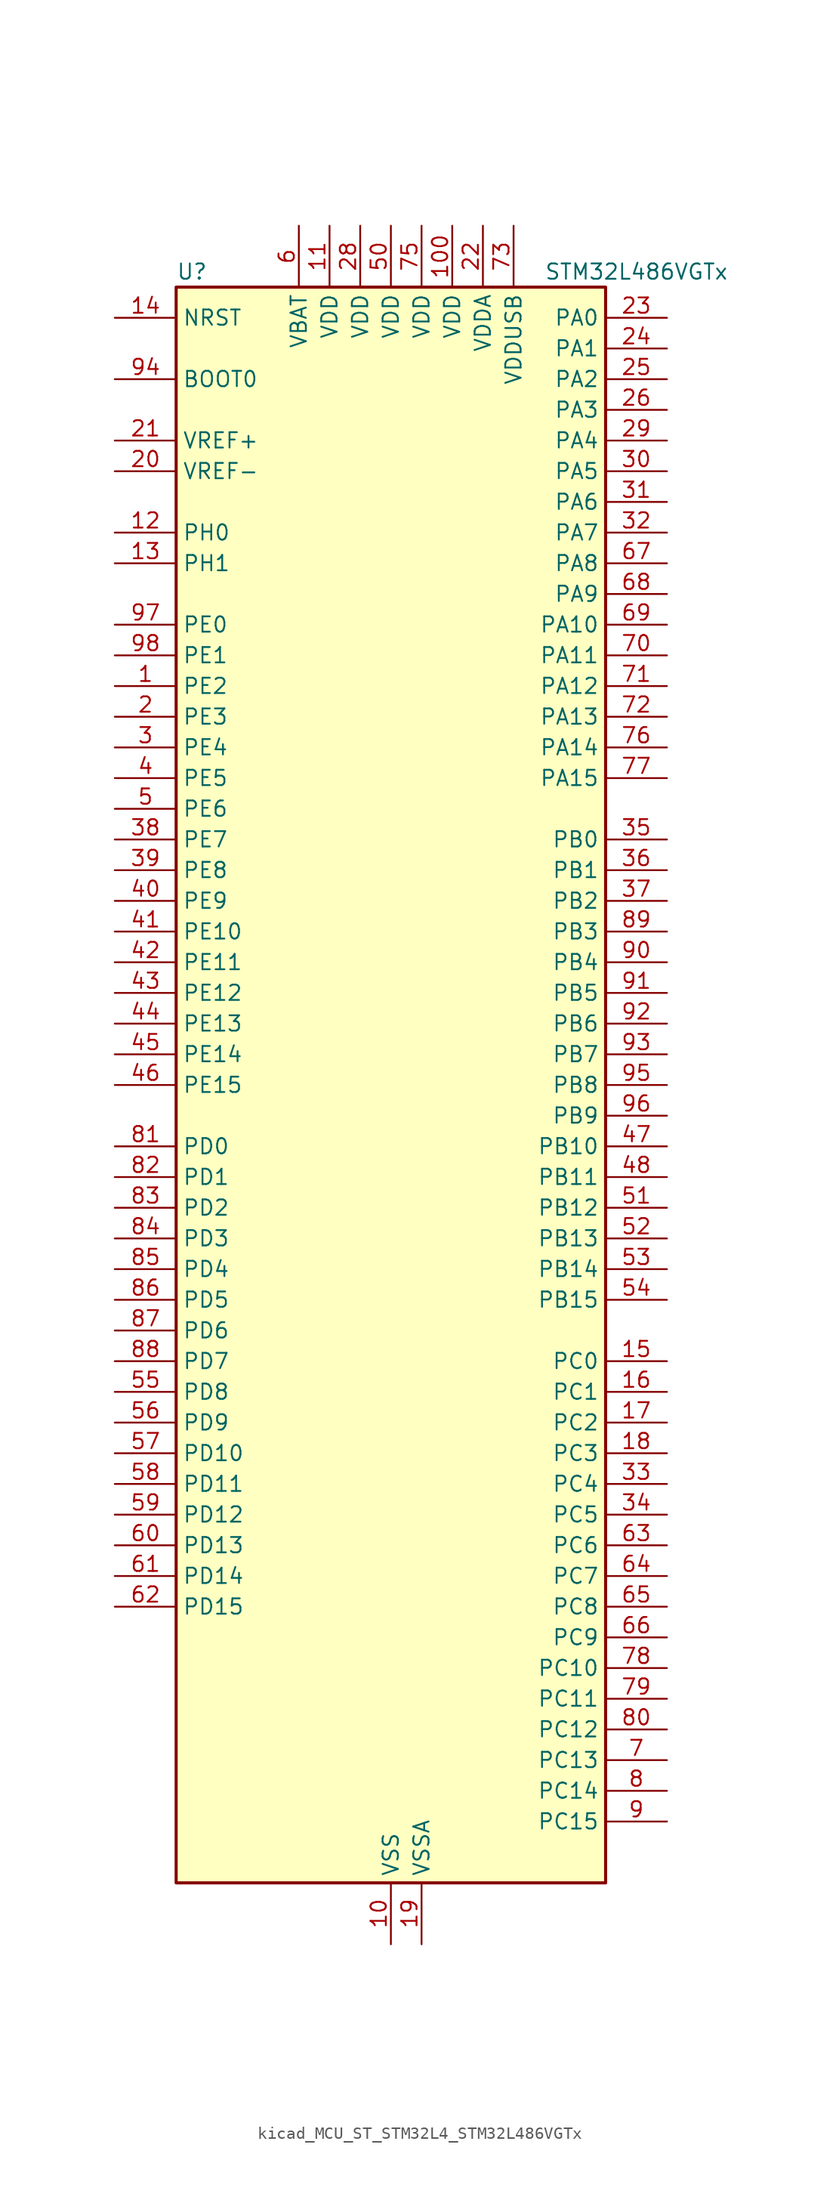
<source format=kicad_sym>
(kicad_symbol_lib
  (version 20220914)
  (generator kicad_symbol_editor)
  (symbol "kicad_MCU_ST_STM32L4_STM32L486VGTx"
    (property "Reference" "U"
      (at -17.78 67.31 0)
      (effects (font (size 1.27 1.27)) (justify left)))
    (property "Value" "STM32L486VGTx"
      (at 12.7 67.31 0)
      (effects (font (size 1.27 1.27)) (justify left)))
    (property "ki_locked" ""
      (at 0 0 0)
      (effects (font (size 1.27 1.27))))
    (symbol "kicad_MCU_ST_STM32L4_STM32L486VGTx_0_1"
      (rectangle (start -17.78 -66.04) (end 17.78 66.04) (stroke (width 0.254) (type default)) (fill (type background))))
    (symbol "kicad_MCU_ST_STM32L4_STM32L486VGTx_1_1"
      (pin bidirectional line (at -22.86 33.02 0) (length 5.08) (name "PE2" (effects (font (size 1.27 1.27)))) (number "1" (effects (font (size 1.27 1.27)))) (alternate "FMC_A23" bidirectional line) (alternate "LCD_SEG38" bidirectional line) (alternate "SAI1_MCLK_A" bidirectional line) (alternate "SYS_TRACECLK" bidirectional line) (alternate "TIM3_ETR" bidirectional line) (alternate "TSC_G7_IO1" bidirectional line))
      (pin power_in line (at 0 -71.12 90) (length 5.08) (name "VSS" (effects (font (size 1.27 1.27)))) (number "10" (effects (font (size 1.27 1.27)))))
      (pin power_in line (at 5.08 71.12 270) (length 5.08) (name "VDD" (effects (font (size 1.27 1.27)))) (number "100" (effects (font (size 1.27 1.27)))))
      (pin power_in line (at -5.08 71.12 270) (length 5.08) (name "VDD" (effects (font (size 1.27 1.27)))) (number "11" (effects (font (size 1.27 1.27)))))
      (pin bidirectional line (at -22.86 45.72 0) (length 5.08) (name "PH0" (effects (font (size 1.27 1.27)))) (number "12" (effects (font (size 1.27 1.27)))) (alternate "RCC_OSC_IN" bidirectional line))
      (pin bidirectional line (at -22.86 43.18 0) (length 5.08) (name "PH1" (effects (font (size 1.27 1.27)))) (number "13" (effects (font (size 1.27 1.27)))) (alternate "RCC_OSC_OUT" bidirectional line))
      (pin input line (at -22.86 63.5 0) (length 5.08) (name "NRST" (effects (font (size 1.27 1.27)))) (number "14" (effects (font (size 1.27 1.27)))))
      (pin bidirectional line (at 22.86 -22.86 180) (length 5.08) (name "PC0" (effects (font (size 1.27 1.27)))) (number "15" (effects (font (size 1.27 1.27)))) (alternate "ADC1_IN1" bidirectional line) (alternate "ADC2_IN1" bidirectional line) (alternate "ADC3_IN1" bidirectional line) (alternate "DFSDM1_DATIN4" bidirectional line) (alternate "I2C3_SCL" bidirectional line) (alternate "LCD_SEG18" bidirectional line) (alternate "LPTIM1_IN1" bidirectional line) (alternate "LPTIM2_IN1" bidirectional line) (alternate "LPUART1_RX" bidirectional line))
      (pin bidirectional line (at 22.86 -25.4 180) (length 5.08) (name "PC1" (effects (font (size 1.27 1.27)))) (number "16" (effects (font (size 1.27 1.27)))) (alternate "ADC1_IN2" bidirectional line) (alternate "ADC2_IN2" bidirectional line) (alternate "ADC3_IN2" bidirectional line) (alternate "DFSDM1_CKIN4" bidirectional line) (alternate "I2C3_SDA" bidirectional line) (alternate "LCD_SEG19" bidirectional line) (alternate "LPTIM1_OUT" bidirectional line) (alternate "LPUART1_TX" bidirectional line))
      (pin bidirectional line (at 22.86 -27.94 180) (length 5.08) (name "PC2" (effects (font (size 1.27 1.27)))) (number "17" (effects (font (size 1.27 1.27)))) (alternate "ADC1_IN3" bidirectional line) (alternate "ADC2_IN3" bidirectional line) (alternate "ADC3_IN3" bidirectional line) (alternate "DFSDM1_CKOUT" bidirectional line) (alternate "LCD_SEG20" bidirectional line) (alternate "LPTIM1_IN2" bidirectional line) (alternate "SPI2_MISO" bidirectional line))
      (pin bidirectional line (at 22.86 -30.48 180) (length 5.08) (name "PC3" (effects (font (size 1.27 1.27)))) (number "18" (effects (font (size 1.27 1.27)))) (alternate "ADC1_IN4" bidirectional line) (alternate "ADC2_IN4" bidirectional line) (alternate "ADC3_IN4" bidirectional line) (alternate "LCD_VLCD" bidirectional line) (alternate "LPTIM1_ETR" bidirectional line) (alternate "LPTIM2_ETR" bidirectional line) (alternate "SAI1_SD_A" bidirectional line) (alternate "SPI2_MOSI" bidirectional line))
      (pin power_in line (at 2.54 -71.12 90) (length 5.08) (name "VSSA" (effects (font (size 1.27 1.27)))) (number "19" (effects (font (size 1.27 1.27)))))
      (pin bidirectional line (at -22.86 30.48 0) (length 5.08) (name "PE3" (effects (font (size 1.27 1.27)))) (number "2" (effects (font (size 1.27 1.27)))) (alternate "FMC_A19" bidirectional line) (alternate "LCD_SEG39" bidirectional line) (alternate "SAI1_SD_B" bidirectional line) (alternate "SYS_TRACED0" bidirectional line) (alternate "TIM3_CH1" bidirectional line) (alternate "TSC_G7_IO2" bidirectional line))
      (pin input line (at -22.86 50.8 0) (length 5.08) (name "VREF-" (effects (font (size 1.27 1.27)))) (number "20" (effects (font (size 1.27 1.27)))))
      (pin input line (at -22.86 53.34 0) (length 5.08) (name "VREF+" (effects (font (size 1.27 1.27)))) (number "21" (effects (font (size 1.27 1.27)))) (alternate "VREFBUF_OUT" bidirectional line))
      (pin power_in line (at 7.62 71.12 270) (length 5.08) (name "VDDA" (effects (font (size 1.27 1.27)))) (number "22" (effects (font (size 1.27 1.27)))))
      (pin bidirectional line (at 22.86 63.5 180) (length 5.08) (name "PA0" (effects (font (size 1.27 1.27)))) (number "23" (effects (font (size 1.27 1.27)))) (alternate "ADC1_IN5" bidirectional line) (alternate "ADC2_IN5" bidirectional line) (alternate "OPAMP1_VINP" bidirectional line) (alternate "RTC_TAMP2" bidirectional line) (alternate "SAI1_EXTCLK" bidirectional line) (alternate "SYS_WKUP1" bidirectional line) (alternate "TIM2_CH1" bidirectional line) (alternate "TIM2_ETR" bidirectional line) (alternate "TIM5_CH1" bidirectional line) (alternate "TIM8_ETR" bidirectional line) (alternate "UART4_TX" bidirectional line) (alternate "USART2_CTS" bidirectional line))
      (pin bidirectional line (at 22.86 60.96 180) (length 5.08) (name "PA1" (effects (font (size 1.27 1.27)))) (number "24" (effects (font (size 1.27 1.27)))) (alternate "ADC1_IN6" bidirectional line) (alternate "ADC2_IN6" bidirectional line) (alternate "LCD_SEG0" bidirectional line) (alternate "OPAMP1_VINM" bidirectional line) (alternate "TIM15_CH1N" bidirectional line) (alternate "TIM2_CH2" bidirectional line) (alternate "TIM5_CH2" bidirectional line) (alternate "UART4_RX" bidirectional line) (alternate "USART2_DE" bidirectional line) (alternate "USART2_RTS" bidirectional line))
      (pin bidirectional line (at 22.86 58.42 180) (length 5.08) (name "PA2" (effects (font (size 1.27 1.27)))) (number "25" (effects (font (size 1.27 1.27)))) (alternate "ADC1_IN7" bidirectional line) (alternate "ADC2_IN7" bidirectional line) (alternate "LCD_SEG1" bidirectional line) (alternate "RCC_LSCO" bidirectional line) (alternate "SAI2_EXTCLK" bidirectional line) (alternate "SYS_WKUP4" bidirectional line) (alternate "TIM15_CH1" bidirectional line) (alternate "TIM2_CH3" bidirectional line) (alternate "TIM5_CH3" bidirectional line) (alternate "USART2_TX" bidirectional line))
      (pin bidirectional line (at 22.86 55.88 180) (length 5.08) (name "PA3" (effects (font (size 1.27 1.27)))) (number "26" (effects (font (size 1.27 1.27)))) (alternate "ADC1_IN8" bidirectional line) (alternate "ADC2_IN8" bidirectional line) (alternate "LCD_SEG2" bidirectional line) (alternate "OPAMP1_VOUT" bidirectional line) (alternate "TIM15_CH2" bidirectional line) (alternate "TIM2_CH4" bidirectional line) (alternate "TIM5_CH4" bidirectional line) (alternate "USART2_RX" bidirectional line))
      (pin passive line (at 0 -71.12 90) (length 5.08) hide (name "VSS" (effects (font (size 1.27 1.27)))) (number "27" (effects (font (size 1.27 1.27)))))
      (pin power_in line (at -2.54 71.12 270) (length 5.08) (name "VDD" (effects (font (size 1.27 1.27)))) (number "28" (effects (font (size 1.27 1.27)))))
      (pin bidirectional line (at 22.86 53.34 180) (length 5.08) (name "PA4" (effects (font (size 1.27 1.27)))) (number "29" (effects (font (size 1.27 1.27)))) (alternate "ADC1_IN9" bidirectional line) (alternate "ADC2_IN9" bidirectional line) (alternate "DAC1_OUT1" bidirectional line) (alternate "LPTIM2_OUT" bidirectional line) (alternate "SAI1_FS_B" bidirectional line) (alternate "SPI1_NSS" bidirectional line) (alternate "SPI3_NSS" bidirectional line) (alternate "USART2_CK" bidirectional line))
      (pin bidirectional line (at -22.86 27.94 0) (length 5.08) (name "PE4" (effects (font (size 1.27 1.27)))) (number "3" (effects (font (size 1.27 1.27)))) (alternate "DFSDM1_DATIN3" bidirectional line) (alternate "FMC_A20" bidirectional line) (alternate "SAI1_FS_A" bidirectional line) (alternate "SYS_TRACED1" bidirectional line) (alternate "TIM3_CH2" bidirectional line) (alternate "TSC_G7_IO3" bidirectional line))
      (pin bidirectional line (at 22.86 50.8 180) (length 5.08) (name "PA5" (effects (font (size 1.27 1.27)))) (number "30" (effects (font (size 1.27 1.27)))) (alternate "ADC1_IN10" bidirectional line) (alternate "ADC2_IN10" bidirectional line) (alternate "DAC1_OUT2" bidirectional line) (alternate "LPTIM2_ETR" bidirectional line) (alternate "SPI1_SCK" bidirectional line) (alternate "TIM2_CH1" bidirectional line) (alternate "TIM2_ETR" bidirectional line) (alternate "TIM8_CH1N" bidirectional line))
      (pin bidirectional line (at 22.86 48.26 180) (length 5.08) (name "PA6" (effects (font (size 1.27 1.27)))) (number "31" (effects (font (size 1.27 1.27)))) (alternate "ADC1_IN11" bidirectional line) (alternate "ADC2_IN11" bidirectional line) (alternate "LCD_SEG3" bidirectional line) (alternate "OPAMP2_VINP" bidirectional line) (alternate "QUADSPI_BK1_IO3" bidirectional line) (alternate "SPI1_MISO" bidirectional line) (alternate "TIM16_CH1" bidirectional line) (alternate "TIM1_BKIN" bidirectional line) (alternate "TIM1_BKIN_COMP2" bidirectional line) (alternate "TIM3_CH1" bidirectional line) (alternate "TIM8_BKIN" bidirectional line) (alternate "TIM8_BKIN_COMP2" bidirectional line) (alternate "USART3_CTS" bidirectional line))
      (pin bidirectional line (at 22.86 45.72 180) (length 5.08) (name "PA7" (effects (font (size 1.27 1.27)))) (number "32" (effects (font (size 1.27 1.27)))) (alternate "ADC1_IN12" bidirectional line) (alternate "ADC2_IN12" bidirectional line) (alternate "LCD_SEG4" bidirectional line) (alternate "OPAMP2_VINM" bidirectional line) (alternate "QUADSPI_BK1_IO2" bidirectional line) (alternate "SPI1_MOSI" bidirectional line) (alternate "TIM17_CH1" bidirectional line) (alternate "TIM1_CH1N" bidirectional line) (alternate "TIM3_CH2" bidirectional line) (alternate "TIM8_CH1N" bidirectional line))
      (pin bidirectional line (at 22.86 -33.02 180) (length 5.08) (name "PC4" (effects (font (size 1.27 1.27)))) (number "33" (effects (font (size 1.27 1.27)))) (alternate "ADC1_IN13" bidirectional line) (alternate "ADC2_IN13" bidirectional line) (alternate "COMP1_INM" bidirectional line) (alternate "LCD_SEG22" bidirectional line) (alternate "USART3_TX" bidirectional line))
      (pin bidirectional line (at 22.86 -35.56 180) (length 5.08) (name "PC5" (effects (font (size 1.27 1.27)))) (number "34" (effects (font (size 1.27 1.27)))) (alternate "ADC1_IN14" bidirectional line) (alternate "ADC2_IN14" bidirectional line) (alternate "COMP1_INP" bidirectional line) (alternate "LCD_SEG23" bidirectional line) (alternate "SYS_WKUP5" bidirectional line) (alternate "USART3_RX" bidirectional line))
      (pin bidirectional line (at 22.86 20.32 180) (length 5.08) (name "PB0" (effects (font (size 1.27 1.27)))) (number "35" (effects (font (size 1.27 1.27)))) (alternate "ADC1_IN15" bidirectional line) (alternate "ADC2_IN15" bidirectional line) (alternate "COMP1_OUT" bidirectional line) (alternate "LCD_SEG5" bidirectional line) (alternate "OPAMP2_VOUT" bidirectional line) (alternate "QUADSPI_BK1_IO1" bidirectional line) (alternate "TIM1_CH2N" bidirectional line) (alternate "TIM3_CH3" bidirectional line) (alternate "TIM8_CH2N" bidirectional line) (alternate "USART3_CK" bidirectional line))
      (pin bidirectional line (at 22.86 17.78 180) (length 5.08) (name "PB1" (effects (font (size 1.27 1.27)))) (number "36" (effects (font (size 1.27 1.27)))) (alternate "ADC1_IN16" bidirectional line) (alternate "ADC2_IN16" bidirectional line) (alternate "COMP1_INM" bidirectional line) (alternate "DFSDM1_DATIN0" bidirectional line) (alternate "LCD_SEG6" bidirectional line) (alternate "LPTIM2_IN1" bidirectional line) (alternate "QUADSPI_BK1_IO0" bidirectional line) (alternate "TIM1_CH3N" bidirectional line) (alternate "TIM3_CH4" bidirectional line) (alternate "TIM8_CH3N" bidirectional line) (alternate "USART3_DE" bidirectional line) (alternate "USART3_RTS" bidirectional line))
      (pin bidirectional line (at 22.86 15.24 180) (length 5.08) (name "PB2" (effects (font (size 1.27 1.27)))) (number "37" (effects (font (size 1.27 1.27)))) (alternate "COMP1_INP" bidirectional line) (alternate "DFSDM1_CKIN0" bidirectional line) (alternate "I2C3_SMBA" bidirectional line) (alternate "LPTIM1_OUT" bidirectional line) (alternate "RTC_OUT_ALARM" bidirectional line) (alternate "RTC_OUT_CALIB" bidirectional line))
      (pin bidirectional line (at -22.86 20.32 0) (length 5.08) (name "PE7" (effects (font (size 1.27 1.27)))) (number "38" (effects (font (size 1.27 1.27)))) (alternate "DFSDM1_DATIN2" bidirectional line) (alternate "FMC_D4" bidirectional line) (alternate "FMC_DA4" bidirectional line) (alternate "SAI1_SD_B" bidirectional line) (alternate "TIM1_ETR" bidirectional line))
      (pin bidirectional line (at -22.86 17.78 0) (length 5.08) (name "PE8" (effects (font (size 1.27 1.27)))) (number "39" (effects (font (size 1.27 1.27)))) (alternate "DFSDM1_CKIN2" bidirectional line) (alternate "FMC_D5" bidirectional line) (alternate "FMC_DA5" bidirectional line) (alternate "SAI1_SCK_B" bidirectional line) (alternate "TIM1_CH1N" bidirectional line))
      (pin bidirectional line (at -22.86 25.4 0) (length 5.08) (name "PE5" (effects (font (size 1.27 1.27)))) (number "4" (effects (font (size 1.27 1.27)))) (alternate "DFSDM1_CKIN3" bidirectional line) (alternate "FMC_A21" bidirectional line) (alternate "SAI1_SCK_A" bidirectional line) (alternate "SYS_TRACED2" bidirectional line) (alternate "TIM3_CH3" bidirectional line) (alternate "TSC_G7_IO4" bidirectional line))
      (pin bidirectional line (at -22.86 15.24 0) (length 5.08) (name "PE9" (effects (font (size 1.27 1.27)))) (number "40" (effects (font (size 1.27 1.27)))) (alternate "DAC1_EXTI9" bidirectional line) (alternate "DFSDM1_CKOUT" bidirectional line) (alternate "FMC_D6" bidirectional line) (alternate "FMC_DA6" bidirectional line) (alternate "SAI1_FS_B" bidirectional line) (alternate "TIM1_CH1" bidirectional line))
      (pin bidirectional line (at -22.86 12.7 0) (length 5.08) (name "PE10" (effects (font (size 1.27 1.27)))) (number "41" (effects (font (size 1.27 1.27)))) (alternate "DFSDM1_DATIN4" bidirectional line) (alternate "FMC_D7" bidirectional line) (alternate "FMC_DA7" bidirectional line) (alternate "QUADSPI_CLK" bidirectional line) (alternate "SAI1_MCLK_B" bidirectional line) (alternate "TIM1_CH2N" bidirectional line) (alternate "TSC_G5_IO1" bidirectional line))
      (pin bidirectional line (at -22.86 10.16 0) (length 5.08) (name "PE11" (effects (font (size 1.27 1.27)))) (number "42" (effects (font (size 1.27 1.27)))) (alternate "ADC1_EXTI11" bidirectional line) (alternate "ADC2_EXTI11" bidirectional line) (alternate "ADC3_EXTI11" bidirectional line) (alternate "DFSDM1_CKIN4" bidirectional line) (alternate "FMC_D8" bidirectional line) (alternate "FMC_DA8" bidirectional line) (alternate "QUADSPI_NCS" bidirectional line) (alternate "TIM1_CH2" bidirectional line) (alternate "TSC_G5_IO2" bidirectional line))
      (pin bidirectional line (at -22.86 7.62 0) (length 5.08) (name "PE12" (effects (font (size 1.27 1.27)))) (number "43" (effects (font (size 1.27 1.27)))) (alternate "DFSDM1_DATIN5" bidirectional line) (alternate "FMC_D9" bidirectional line) (alternate "FMC_DA9" bidirectional line) (alternate "QUADSPI_BK1_IO0" bidirectional line) (alternate "SPI1_NSS" bidirectional line) (alternate "TIM1_CH3N" bidirectional line) (alternate "TSC_G5_IO3" bidirectional line))
      (pin bidirectional line (at -22.86 5.08 0) (length 5.08) (name "PE13" (effects (font (size 1.27 1.27)))) (number "44" (effects (font (size 1.27 1.27)))) (alternate "DFSDM1_CKIN5" bidirectional line) (alternate "FMC_D10" bidirectional line) (alternate "FMC_DA10" bidirectional line) (alternate "QUADSPI_BK1_IO1" bidirectional line) (alternate "SPI1_SCK" bidirectional line) (alternate "TIM1_CH3" bidirectional line) (alternate "TSC_G5_IO4" bidirectional line))
      (pin bidirectional line (at -22.86 2.54 0) (length 5.08) (name "PE14" (effects (font (size 1.27 1.27)))) (number "45" (effects (font (size 1.27 1.27)))) (alternate "FMC_D11" bidirectional line) (alternate "FMC_DA11" bidirectional line) (alternate "QUADSPI_BK1_IO2" bidirectional line) (alternate "SPI1_MISO" bidirectional line) (alternate "TIM1_BKIN2" bidirectional line) (alternate "TIM1_BKIN2_COMP2" bidirectional line) (alternate "TIM1_CH4" bidirectional line))
      (pin bidirectional line (at -22.86 0 0) (length 5.08) (name "PE15" (effects (font (size 1.27 1.27)))) (number "46" (effects (font (size 1.27 1.27)))) (alternate "ADC1_EXTI15" bidirectional line) (alternate "ADC2_EXTI15" bidirectional line) (alternate "ADC3_EXTI15" bidirectional line) (alternate "FMC_D12" bidirectional line) (alternate "FMC_DA12" bidirectional line) (alternate "QUADSPI_BK1_IO3" bidirectional line) (alternate "SPI1_MOSI" bidirectional line) (alternate "TIM1_BKIN" bidirectional line) (alternate "TIM1_BKIN_COMP1" bidirectional line))
      (pin bidirectional line (at 22.86 -5.08 180) (length 5.08) (name "PB10" (effects (font (size 1.27 1.27)))) (number "47" (effects (font (size 1.27 1.27)))) (alternate "COMP1_OUT" bidirectional line) (alternate "DFSDM1_DATIN7" bidirectional line) (alternate "I2C2_SCL" bidirectional line) (alternate "LCD_SEG10" bidirectional line) (alternate "LPUART1_RX" bidirectional line) (alternate "QUADSPI_CLK" bidirectional line) (alternate "SAI1_SCK_A" bidirectional line) (alternate "SPI2_SCK" bidirectional line) (alternate "TIM2_CH3" bidirectional line) (alternate "USART3_TX" bidirectional line))
      (pin bidirectional line (at 22.86 -7.62 180) (length 5.08) (name "PB11" (effects (font (size 1.27 1.27)))) (number "48" (effects (font (size 1.27 1.27)))) (alternate "ADC1_EXTI11" bidirectional line) (alternate "ADC2_EXTI11" bidirectional line) (alternate "ADC3_EXTI11" bidirectional line) (alternate "COMP2_OUT" bidirectional line) (alternate "DFSDM1_CKIN7" bidirectional line) (alternate "I2C2_SDA" bidirectional line) (alternate "LCD_SEG11" bidirectional line) (alternate "LPUART1_TX" bidirectional line) (alternate "QUADSPI_NCS" bidirectional line) (alternate "TIM2_CH4" bidirectional line) (alternate "USART3_RX" bidirectional line))
      (pin passive line (at 0 -71.12 90) (length 5.08) hide (name "VSS" (effects (font (size 1.27 1.27)))) (number "49" (effects (font (size 1.27 1.27)))))
      (pin bidirectional line (at -22.86 22.86 0) (length 5.08) (name "PE6" (effects (font (size 1.27 1.27)))) (number "5" (effects (font (size 1.27 1.27)))) (alternate "FMC_A22" bidirectional line) (alternate "RTC_TAMP3" bidirectional line) (alternate "SAI1_SD_A" bidirectional line) (alternate "SYS_TRACED3" bidirectional line) (alternate "SYS_WKUP3" bidirectional line) (alternate "TIM3_CH4" bidirectional line))
      (pin power_in line (at 0 71.12 270) (length 5.08) (name "VDD" (effects (font (size 1.27 1.27)))) (number "50" (effects (font (size 1.27 1.27)))))
      (pin bidirectional line (at 22.86 -10.16 180) (length 5.08) (name "PB12" (effects (font (size 1.27 1.27)))) (number "51" (effects (font (size 1.27 1.27)))) (alternate "DFSDM1_DATIN1" bidirectional line) (alternate "I2C2_SMBA" bidirectional line) (alternate "LCD_SEG12" bidirectional line) (alternate "LPUART1_DE" bidirectional line) (alternate "LPUART1_RTS" bidirectional line) (alternate "SAI2_FS_A" bidirectional line) (alternate "SPI2_NSS" bidirectional line) (alternate "SWPMI1_IO" bidirectional line) (alternate "TIM15_BKIN" bidirectional line) (alternate "TIM1_BKIN" bidirectional line) (alternate "TIM1_BKIN_COMP2" bidirectional line) (alternate "TSC_G1_IO1" bidirectional line) (alternate "USART3_CK" bidirectional line))
      (pin bidirectional line (at 22.86 -12.7 180) (length 5.08) (name "PB13" (effects (font (size 1.27 1.27)))) (number "52" (effects (font (size 1.27 1.27)))) (alternate "DFSDM1_CKIN1" bidirectional line) (alternate "I2C2_SCL" bidirectional line) (alternate "LCD_SEG13" bidirectional line) (alternate "LPUART1_CTS" bidirectional line) (alternate "SAI2_SCK_A" bidirectional line) (alternate "SPI2_SCK" bidirectional line) (alternate "SWPMI1_TX" bidirectional line) (alternate "TIM15_CH1N" bidirectional line) (alternate "TIM1_CH1N" bidirectional line) (alternate "TSC_G1_IO2" bidirectional line) (alternate "USART3_CTS" bidirectional line))
      (pin bidirectional line (at 22.86 -15.24 180) (length 5.08) (name "PB14" (effects (font (size 1.27 1.27)))) (number "53" (effects (font (size 1.27 1.27)))) (alternate "DFSDM1_DATIN2" bidirectional line) (alternate "I2C2_SDA" bidirectional line) (alternate "LCD_SEG14" bidirectional line) (alternate "SAI2_MCLK_A" bidirectional line) (alternate "SPI2_MISO" bidirectional line) (alternate "SWPMI1_RX" bidirectional line) (alternate "TIM15_CH1" bidirectional line) (alternate "TIM1_CH2N" bidirectional line) (alternate "TIM8_CH2N" bidirectional line) (alternate "TSC_G1_IO3" bidirectional line) (alternate "USART3_DE" bidirectional line) (alternate "USART3_RTS" bidirectional line))
      (pin bidirectional line (at 22.86 -17.78 180) (length 5.08) (name "PB15" (effects (font (size 1.27 1.27)))) (number "54" (effects (font (size 1.27 1.27)))) (alternate "ADC1_EXTI15" bidirectional line) (alternate "ADC2_EXTI15" bidirectional line) (alternate "ADC3_EXTI15" bidirectional line) (alternate "DFSDM1_CKIN2" bidirectional line) (alternate "LCD_SEG15" bidirectional line) (alternate "RTC_REFIN" bidirectional line) (alternate "SAI2_SD_A" bidirectional line) (alternate "SPI2_MOSI" bidirectional line) (alternate "SWPMI1_SUSPEND" bidirectional line) (alternate "TIM15_CH2" bidirectional line) (alternate "TIM1_CH3N" bidirectional line) (alternate "TIM8_CH3N" bidirectional line) (alternate "TSC_G1_IO4" bidirectional line))
      (pin bidirectional line (at -22.86 -25.4 0) (length 5.08) (name "PD8" (effects (font (size 1.27 1.27)))) (number "55" (effects (font (size 1.27 1.27)))) (alternate "FMC_D13" bidirectional line) (alternate "FMC_DA13" bidirectional line) (alternate "LCD_SEG28" bidirectional line) (alternate "USART3_TX" bidirectional line))
      (pin bidirectional line (at -22.86 -27.94 0) (length 5.08) (name "PD9" (effects (font (size 1.27 1.27)))) (number "56" (effects (font (size 1.27 1.27)))) (alternate "DAC1_EXTI9" bidirectional line) (alternate "FMC_D14" bidirectional line) (alternate "FMC_DA14" bidirectional line) (alternate "LCD_SEG29" bidirectional line) (alternate "SAI2_MCLK_A" bidirectional line) (alternate "USART3_RX" bidirectional line))
      (pin bidirectional line (at -22.86 -30.48 0) (length 5.08) (name "PD10" (effects (font (size 1.27 1.27)))) (number "57" (effects (font (size 1.27 1.27)))) (alternate "FMC_D15" bidirectional line) (alternate "FMC_DA15" bidirectional line) (alternate "LCD_SEG30" bidirectional line) (alternate "SAI2_SCK_A" bidirectional line) (alternate "TSC_G6_IO1" bidirectional line) (alternate "USART3_CK" bidirectional line))
      (pin bidirectional line (at -22.86 -33.02 0) (length 5.08) (name "PD11" (effects (font (size 1.27 1.27)))) (number "58" (effects (font (size 1.27 1.27)))) (alternate "ADC1_EXTI11" bidirectional line) (alternate "ADC2_EXTI11" bidirectional line) (alternate "ADC3_EXTI11" bidirectional line) (alternate "FMC_A16" bidirectional line) (alternate "FMC_CLE" bidirectional line) (alternate "LCD_SEG31" bidirectional line) (alternate "LPTIM2_ETR" bidirectional line) (alternate "SAI2_SD_A" bidirectional line) (alternate "TSC_G6_IO2" bidirectional line) (alternate "USART3_CTS" bidirectional line))
      (pin bidirectional line (at -22.86 -35.56 0) (length 5.08) (name "PD12" (effects (font (size 1.27 1.27)))) (number "59" (effects (font (size 1.27 1.27)))) (alternate "FMC_A17" bidirectional line) (alternate "FMC_ALE" bidirectional line) (alternate "LCD_SEG32" bidirectional line) (alternate "LPTIM2_IN1" bidirectional line) (alternate "SAI2_FS_A" bidirectional line) (alternate "TIM4_CH1" bidirectional line) (alternate "TSC_G6_IO3" bidirectional line) (alternate "USART3_DE" bidirectional line) (alternate "USART3_RTS" bidirectional line))
      (pin power_in line (at -7.62 71.12 270) (length 5.08) (name "VBAT" (effects (font (size 1.27 1.27)))) (number "6" (effects (font (size 1.27 1.27)))))
      (pin bidirectional line (at -22.86 -38.1 0) (length 5.08) (name "PD13" (effects (font (size 1.27 1.27)))) (number "60" (effects (font (size 1.27 1.27)))) (alternate "FMC_A18" bidirectional line) (alternate "LCD_SEG33" bidirectional line) (alternate "LPTIM2_OUT" bidirectional line) (alternate "TIM4_CH2" bidirectional line) (alternate "TSC_G6_IO4" bidirectional line))
      (pin bidirectional line (at -22.86 -40.64 0) (length 5.08) (name "PD14" (effects (font (size 1.27 1.27)))) (number "61" (effects (font (size 1.27 1.27)))) (alternate "FMC_D0" bidirectional line) (alternate "FMC_DA0" bidirectional line) (alternate "LCD_SEG34" bidirectional line) (alternate "TIM4_CH3" bidirectional line))
      (pin bidirectional line (at -22.86 -43.18 0) (length 5.08) (name "PD15" (effects (font (size 1.27 1.27)))) (number "62" (effects (font (size 1.27 1.27)))) (alternate "ADC1_EXTI15" bidirectional line) (alternate "ADC2_EXTI15" bidirectional line) (alternate "ADC3_EXTI15" bidirectional line) (alternate "FMC_D1" bidirectional line) (alternate "FMC_DA1" bidirectional line) (alternate "LCD_SEG35" bidirectional line) (alternate "TIM4_CH4" bidirectional line))
      (pin bidirectional line (at 22.86 -38.1 180) (length 5.08) (name "PC6" (effects (font (size 1.27 1.27)))) (number "63" (effects (font (size 1.27 1.27)))) (alternate "DFSDM1_CKIN3" bidirectional line) (alternate "LCD_SEG24" bidirectional line) (alternate "SAI2_MCLK_A" bidirectional line) (alternate "SDMMC1_D6" bidirectional line) (alternate "TIM3_CH1" bidirectional line) (alternate "TIM8_CH1" bidirectional line) (alternate "TSC_G4_IO1" bidirectional line))
      (pin bidirectional line (at 22.86 -40.64 180) (length 5.08) (name "PC7" (effects (font (size 1.27 1.27)))) (number "64" (effects (font (size 1.27 1.27)))) (alternate "DFSDM1_DATIN3" bidirectional line) (alternate "LCD_SEG25" bidirectional line) (alternate "SAI2_MCLK_B" bidirectional line) (alternate "SDMMC1_D7" bidirectional line) (alternate "TIM3_CH2" bidirectional line) (alternate "TIM8_CH2" bidirectional line) (alternate "TSC_G4_IO2" bidirectional line))
      (pin bidirectional line (at 22.86 -43.18 180) (length 5.08) (name "PC8" (effects (font (size 1.27 1.27)))) (number "65" (effects (font (size 1.27 1.27)))) (alternate "LCD_SEG26" bidirectional line) (alternate "SDMMC1_D0" bidirectional line) (alternate "TIM3_CH3" bidirectional line) (alternate "TIM8_CH3" bidirectional line) (alternate "TSC_G4_IO3" bidirectional line))
      (pin bidirectional line (at 22.86 -45.72 180) (length 5.08) (name "PC9" (effects (font (size 1.27 1.27)))) (number "66" (effects (font (size 1.27 1.27)))) (alternate "DAC1_EXTI9" bidirectional line) (alternate "LCD_SEG27" bidirectional line) (alternate "SAI2_EXTCLK" bidirectional line) (alternate "SDMMC1_D1" bidirectional line) (alternate "TIM3_CH4" bidirectional line) (alternate "TIM8_BKIN2" bidirectional line) (alternate "TIM8_BKIN2_COMP1" bidirectional line) (alternate "TIM8_CH4" bidirectional line) (alternate "TSC_G4_IO4" bidirectional line) (alternate "USB_OTG_FS_NOE" bidirectional line))
      (pin bidirectional line (at 22.86 43.18 180) (length 5.08) (name "PA8" (effects (font (size 1.27 1.27)))) (number "67" (effects (font (size 1.27 1.27)))) (alternate "LCD_COM0" bidirectional line) (alternate "LPTIM2_OUT" bidirectional line) (alternate "RCC_MCO" bidirectional line) (alternate "TIM1_CH1" bidirectional line) (alternate "USART1_CK" bidirectional line) (alternate "USB_OTG_FS_SOF" bidirectional line))
      (pin bidirectional line (at 22.86 40.64 180) (length 5.08) (name "PA9" (effects (font (size 1.27 1.27)))) (number "68" (effects (font (size 1.27 1.27)))) (alternate "DAC1_EXTI9" bidirectional line) (alternate "LCD_COM1" bidirectional line) (alternate "TIM15_BKIN" bidirectional line) (alternate "TIM1_CH2" bidirectional line) (alternate "USART1_TX" bidirectional line) (alternate "USB_OTG_FS_VBUS" bidirectional line))
      (pin bidirectional line (at 22.86 38.1 180) (length 5.08) (name "PA10" (effects (font (size 1.27 1.27)))) (number "69" (effects (font (size 1.27 1.27)))) (alternate "LCD_COM2" bidirectional line) (alternate "TIM17_BKIN" bidirectional line) (alternate "TIM1_CH3" bidirectional line) (alternate "USART1_RX" bidirectional line) (alternate "USB_OTG_FS_ID" bidirectional line))
      (pin bidirectional line (at 22.86 -55.88 180) (length 5.08) (name "PC13" (effects (font (size 1.27 1.27)))) (number "7" (effects (font (size 1.27 1.27)))) (alternate "RTC_OUT_ALARM" bidirectional line) (alternate "RTC_OUT_CALIB" bidirectional line) (alternate "RTC_TAMP1" bidirectional line) (alternate "RTC_TS" bidirectional line) (alternate "SYS_WKUP2" bidirectional line))
      (pin bidirectional line (at 22.86 35.56 180) (length 5.08) (name "PA11" (effects (font (size 1.27 1.27)))) (number "70" (effects (font (size 1.27 1.27)))) (alternate "ADC1_EXTI11" bidirectional line) (alternate "ADC2_EXTI11" bidirectional line) (alternate "ADC3_EXTI11" bidirectional line) (alternate "CAN1_RX" bidirectional line) (alternate "TIM1_BKIN2" bidirectional line) (alternate "TIM1_BKIN2_COMP1" bidirectional line) (alternate "TIM1_CH4" bidirectional line) (alternate "USART1_CTS" bidirectional line) (alternate "USB_OTG_FS_DM" bidirectional line))
      (pin bidirectional line (at 22.86 33.02 180) (length 5.08) (name "PA12" (effects (font (size 1.27 1.27)))) (number "71" (effects (font (size 1.27 1.27)))) (alternate "CAN1_TX" bidirectional line) (alternate "TIM1_ETR" bidirectional line) (alternate "USART1_DE" bidirectional line) (alternate "USART1_RTS" bidirectional line) (alternate "USB_OTG_FS_DP" bidirectional line))
      (pin bidirectional line (at 22.86 30.48 180) (length 5.08) (name "PA13" (effects (font (size 1.27 1.27)))) (number "72" (effects (font (size 1.27 1.27)))) (alternate "IR_OUT" bidirectional line) (alternate "SYS_JTMS-SWDIO" bidirectional line) (alternate "USB_OTG_FS_NOE" bidirectional line))
      (pin power_in line (at 10.16 71.12 270) (length 5.08) (name "VDDUSB" (effects (font (size 1.27 1.27)))) (number "73" (effects (font (size 1.27 1.27)))))
      (pin passive line (at 0 -71.12 90) (length 5.08) hide (name "VSS" (effects (font (size 1.27 1.27)))) (number "74" (effects (font (size 1.27 1.27)))))
      (pin power_in line (at 2.54 71.12 270) (length 5.08) (name "VDD" (effects (font (size 1.27 1.27)))) (number "75" (effects (font (size 1.27 1.27)))))
      (pin bidirectional line (at 22.86 27.94 180) (length 5.08) (name "PA14" (effects (font (size 1.27 1.27)))) (number "76" (effects (font (size 1.27 1.27)))) (alternate "SYS_JTCK-SWCLK" bidirectional line))
      (pin bidirectional line (at 22.86 25.4 180) (length 5.08) (name "PA15" (effects (font (size 1.27 1.27)))) (number "77" (effects (font (size 1.27 1.27)))) (alternate "ADC1_EXTI15" bidirectional line) (alternate "ADC2_EXTI15" bidirectional line) (alternate "ADC3_EXTI15" bidirectional line) (alternate "LCD_SEG17" bidirectional line) (alternate "SAI2_FS_B" bidirectional line) (alternate "SPI1_NSS" bidirectional line) (alternate "SPI3_NSS" bidirectional line) (alternate "SYS_JTDI" bidirectional line) (alternate "TIM2_CH1" bidirectional line) (alternate "TIM2_ETR" bidirectional line) (alternate "TSC_G3_IO1" bidirectional line) (alternate "UART4_DE" bidirectional line) (alternate "UART4_RTS" bidirectional line))
      (pin bidirectional line (at 22.86 -48.26 180) (length 5.08) (name "PC10" (effects (font (size 1.27 1.27)))) (number "78" (effects (font (size 1.27 1.27)))) (alternate "LCD_COM4" bidirectional line) (alternate "LCD_SEG28" bidirectional line) (alternate "LCD_SEG40" bidirectional line) (alternate "SAI2_SCK_B" bidirectional line) (alternate "SDMMC1_D2" bidirectional line) (alternate "SPI3_SCK" bidirectional line) (alternate "TSC_G3_IO2" bidirectional line) (alternate "UART4_TX" bidirectional line) (alternate "USART3_TX" bidirectional line))
      (pin bidirectional line (at 22.86 -50.8 180) (length 5.08) (name "PC11" (effects (font (size 1.27 1.27)))) (number "79" (effects (font (size 1.27 1.27)))) (alternate "ADC1_EXTI11" bidirectional line) (alternate "ADC2_EXTI11" bidirectional line) (alternate "ADC3_EXTI11" bidirectional line) (alternate "LCD_COM5" bidirectional line) (alternate "LCD_SEG29" bidirectional line) (alternate "LCD_SEG41" bidirectional line) (alternate "SAI2_MCLK_B" bidirectional line) (alternate "SDMMC1_D3" bidirectional line) (alternate "SPI3_MISO" bidirectional line) (alternate "TSC_G3_IO3" bidirectional line) (alternate "UART4_RX" bidirectional line) (alternate "USART3_RX" bidirectional line))
      (pin bidirectional line (at 22.86 -58.42 180) (length 5.08) (name "PC14" (effects (font (size 1.27 1.27)))) (number "8" (effects (font (size 1.27 1.27)))) (alternate "RCC_OSC32_IN" bidirectional line))
      (pin bidirectional line (at 22.86 -53.34 180) (length 5.08) (name "PC12" (effects (font (size 1.27 1.27)))) (number "80" (effects (font (size 1.27 1.27)))) (alternate "LCD_COM6" bidirectional line) (alternate "LCD_SEG30" bidirectional line) (alternate "LCD_SEG42" bidirectional line) (alternate "SAI2_SD_B" bidirectional line) (alternate "SDMMC1_CK" bidirectional line) (alternate "SPI3_MOSI" bidirectional line) (alternate "TSC_G3_IO4" bidirectional line) (alternate "UART5_TX" bidirectional line) (alternate "USART3_CK" bidirectional line))
      (pin bidirectional line (at -22.86 -5.08 0) (length 5.08) (name "PD0" (effects (font (size 1.27 1.27)))) (number "81" (effects (font (size 1.27 1.27)))) (alternate "CAN1_RX" bidirectional line) (alternate "DFSDM1_DATIN7" bidirectional line) (alternate "FMC_D2" bidirectional line) (alternate "FMC_DA2" bidirectional line) (alternate "SPI2_NSS" bidirectional line))
      (pin bidirectional line (at -22.86 -7.62 0) (length 5.08) (name "PD1" (effects (font (size 1.27 1.27)))) (number "82" (effects (font (size 1.27 1.27)))) (alternate "CAN1_TX" bidirectional line) (alternate "DFSDM1_CKIN7" bidirectional line) (alternate "FMC_D3" bidirectional line) (alternate "FMC_DA3" bidirectional line) (alternate "SPI2_SCK" bidirectional line))
      (pin bidirectional line (at -22.86 -10.16 0) (length 5.08) (name "PD2" (effects (font (size 1.27 1.27)))) (number "83" (effects (font (size 1.27 1.27)))) (alternate "LCD_COM7" bidirectional line) (alternate "LCD_SEG31" bidirectional line) (alternate "LCD_SEG43" bidirectional line) (alternate "SDMMC1_CMD" bidirectional line) (alternate "TIM3_ETR" bidirectional line) (alternate "TSC_SYNC" bidirectional line) (alternate "UART5_RX" bidirectional line) (alternate "USART3_DE" bidirectional line) (alternate "USART3_RTS" bidirectional line))
      (pin bidirectional line (at -22.86 -12.7 0) (length 5.08) (name "PD3" (effects (font (size 1.27 1.27)))) (number "84" (effects (font (size 1.27 1.27)))) (alternate "DFSDM1_DATIN0" bidirectional line) (alternate "FMC_CLK" bidirectional line) (alternate "SPI2_MISO" bidirectional line) (alternate "USART2_CTS" bidirectional line))
      (pin bidirectional line (at -22.86 -15.24 0) (length 5.08) (name "PD4" (effects (font (size 1.27 1.27)))) (number "85" (effects (font (size 1.27 1.27)))) (alternate "DFSDM1_CKIN0" bidirectional line) (alternate "FMC_NOE" bidirectional line) (alternate "SPI2_MOSI" bidirectional line) (alternate "USART2_DE" bidirectional line) (alternate "USART2_RTS" bidirectional line))
      (pin bidirectional line (at -22.86 -17.78 0) (length 5.08) (name "PD5" (effects (font (size 1.27 1.27)))) (number "86" (effects (font (size 1.27 1.27)))) (alternate "FMC_NWE" bidirectional line) (alternate "USART2_TX" bidirectional line))
      (pin bidirectional line (at -22.86 -20.32 0) (length 5.08) (name "PD6" (effects (font (size 1.27 1.27)))) (number "87" (effects (font (size 1.27 1.27)))) (alternate "DFSDM1_DATIN1" bidirectional line) (alternate "FMC_NWAIT" bidirectional line) (alternate "SAI1_SD_A" bidirectional line) (alternate "USART2_RX" bidirectional line))
      (pin bidirectional line (at -22.86 -22.86 0) (length 5.08) (name "PD7" (effects (font (size 1.27 1.27)))) (number "88" (effects (font (size 1.27 1.27)))) (alternate "DFSDM1_CKIN1" bidirectional line) (alternate "FMC_NE1" bidirectional line) (alternate "USART2_CK" bidirectional line))
      (pin bidirectional line (at 22.86 12.7 180) (length 5.08) (name "PB3" (effects (font (size 1.27 1.27)))) (number "89" (effects (font (size 1.27 1.27)))) (alternate "COMP2_INM" bidirectional line) (alternate "LCD_SEG7" bidirectional line) (alternate "SAI1_SCK_B" bidirectional line) (alternate "SPI1_SCK" bidirectional line) (alternate "SPI3_SCK" bidirectional line) (alternate "SYS_JTDO-SWO" bidirectional line) (alternate "TIM2_CH2" bidirectional line) (alternate "USART1_DE" bidirectional line) (alternate "USART1_RTS" bidirectional line))
      (pin bidirectional line (at 22.86 -60.96 180) (length 5.08) (name "PC15" (effects (font (size 1.27 1.27)))) (number "9" (effects (font (size 1.27 1.27)))) (alternate "ADC1_EXTI15" bidirectional line) (alternate "ADC2_EXTI15" bidirectional line) (alternate "ADC3_EXTI15" bidirectional line) (alternate "RCC_OSC32_OUT" bidirectional line))
      (pin bidirectional line (at 22.86 10.16 180) (length 5.08) (name "PB4" (effects (font (size 1.27 1.27)))) (number "90" (effects (font (size 1.27 1.27)))) (alternate "COMP2_INP" bidirectional line) (alternate "LCD_SEG8" bidirectional line) (alternate "SAI1_MCLK_B" bidirectional line) (alternate "SPI1_MISO" bidirectional line) (alternate "SPI3_MISO" bidirectional line) (alternate "SYS_JTRST" bidirectional line) (alternate "TIM17_BKIN" bidirectional line) (alternate "TIM3_CH1" bidirectional line) (alternate "TSC_G2_IO1" bidirectional line) (alternate "UART5_DE" bidirectional line) (alternate "UART5_RTS" bidirectional line) (alternate "USART1_CTS" bidirectional line))
      (pin bidirectional line (at 22.86 7.62 180) (length 5.08) (name "PB5" (effects (font (size 1.27 1.27)))) (number "91" (effects (font (size 1.27 1.27)))) (alternate "COMP2_OUT" bidirectional line) (alternate "I2C1_SMBA" bidirectional line) (alternate "LCD_SEG9" bidirectional line) (alternate "LPTIM1_IN1" bidirectional line) (alternate "SAI1_SD_B" bidirectional line) (alternate "SPI1_MOSI" bidirectional line) (alternate "SPI3_MOSI" bidirectional line) (alternate "TIM16_BKIN" bidirectional line) (alternate "TIM3_CH2" bidirectional line) (alternate "TSC_G2_IO2" bidirectional line) (alternate "UART5_CTS" bidirectional line) (alternate "USART1_CK" bidirectional line))
      (pin bidirectional line (at 22.86 5.08 180) (length 5.08) (name "PB6" (effects (font (size 1.27 1.27)))) (number "92" (effects (font (size 1.27 1.27)))) (alternate "COMP2_INP" bidirectional line) (alternate "DFSDM1_DATIN5" bidirectional line) (alternate "I2C1_SCL" bidirectional line) (alternate "LPTIM1_ETR" bidirectional line) (alternate "SAI1_FS_B" bidirectional line) (alternate "TIM16_CH1N" bidirectional line) (alternate "TIM4_CH1" bidirectional line) (alternate "TIM8_BKIN2" bidirectional line) (alternate "TIM8_BKIN2_COMP2" bidirectional line) (alternate "TSC_G2_IO3" bidirectional line) (alternate "USART1_TX" bidirectional line))
      (pin bidirectional line (at 22.86 2.54 180) (length 5.08) (name "PB7" (effects (font (size 1.27 1.27)))) (number "93" (effects (font (size 1.27 1.27)))) (alternate "COMP2_INM" bidirectional line) (alternate "DFSDM1_CKIN5" bidirectional line) (alternate "FMC_NL" bidirectional line) (alternate "I2C1_SDA" bidirectional line) (alternate "LCD_SEG21" bidirectional line) (alternate "LPTIM1_IN2" bidirectional line) (alternate "SYS_PVD_IN" bidirectional line) (alternate "TIM17_CH1N" bidirectional line) (alternate "TIM4_CH2" bidirectional line) (alternate "TIM8_BKIN" bidirectional line) (alternate "TIM8_BKIN_COMP1" bidirectional line) (alternate "TSC_G2_IO4" bidirectional line) (alternate "UART4_CTS" bidirectional line) (alternate "USART1_RX" bidirectional line))
      (pin input line (at -22.86 58.42 0) (length 5.08) (name "BOOT0" (effects (font (size 1.27 1.27)))) (number "94" (effects (font (size 1.27 1.27)))))
      (pin bidirectional line (at 22.86 0 180) (length 5.08) (name "PB8" (effects (font (size 1.27 1.27)))) (number "95" (effects (font (size 1.27 1.27)))) (alternate "CAN1_RX" bidirectional line) (alternate "DFSDM1_DATIN6" bidirectional line) (alternate "I2C1_SCL" bidirectional line) (alternate "LCD_SEG16" bidirectional line) (alternate "SAI1_MCLK_A" bidirectional line) (alternate "SDMMC1_D4" bidirectional line) (alternate "TIM16_CH1" bidirectional line) (alternate "TIM4_CH3" bidirectional line))
      (pin bidirectional line (at 22.86 -2.54 180) (length 5.08) (name "PB9" (effects (font (size 1.27 1.27)))) (number "96" (effects (font (size 1.27 1.27)))) (alternate "CAN1_TX" bidirectional line) (alternate "DAC1_EXTI9" bidirectional line) (alternate "DFSDM1_CKIN6" bidirectional line) (alternate "I2C1_SDA" bidirectional line) (alternate "IR_OUT" bidirectional line) (alternate "LCD_COM3" bidirectional line) (alternate "SAI1_FS_A" bidirectional line) (alternate "SDMMC1_D5" bidirectional line) (alternate "SPI2_NSS" bidirectional line) (alternate "TIM17_CH1" bidirectional line) (alternate "TIM4_CH4" bidirectional line))
      (pin bidirectional line (at -22.86 38.1 0) (length 5.08) (name "PE0" (effects (font (size 1.27 1.27)))) (number "97" (effects (font (size 1.27 1.27)))) (alternate "FMC_NBL0" bidirectional line) (alternate "LCD_SEG36" bidirectional line) (alternate "TIM16_CH1" bidirectional line) (alternate "TIM4_ETR" bidirectional line))
      (pin bidirectional line (at -22.86 35.56 0) (length 5.08) (name "PE1" (effects (font (size 1.27 1.27)))) (number "98" (effects (font (size 1.27 1.27)))) (alternate "FMC_NBL1" bidirectional line) (alternate "LCD_SEG37" bidirectional line) (alternate "TIM17_CH1" bidirectional line))
      (pin passive line (at 0 -71.12 90) (length 5.08) hide (name "VSS" (effects (font (size 1.27 1.27)))) (number "99" (effects (font (size 1.27 1.27))))))))
</source>
